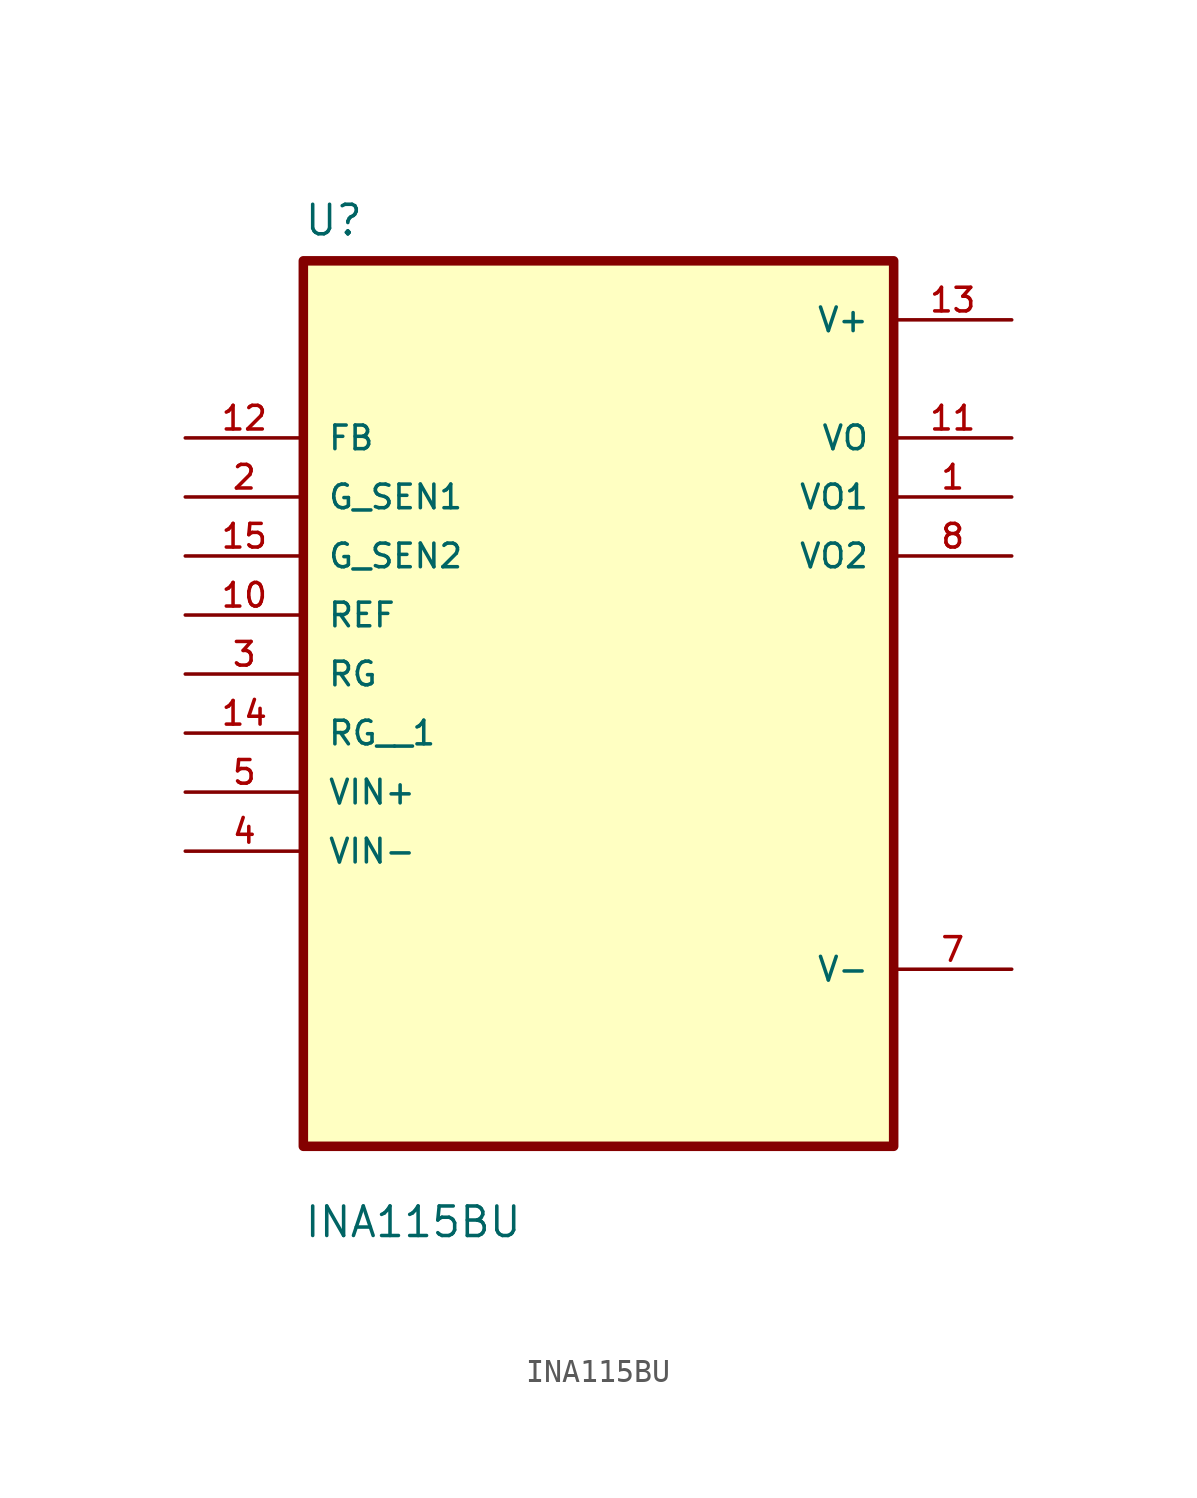
<source format=kicad_sym>
(kicad_symbol_lib
  (version 20211014)
  (generator kicad_symbol_editor)
  (symbol "INA115BU"
    (pin_names
      (offset 1.016))
    (property "Reference" "U"
      (at -12.7 18.78 0.0)
      (effects (font (size 1.27 1.27)) (justify bottom left)))
    (property "Value" "INA115BU"
      (at -12.7 -24.32 0.0)
      (effects (font (size 1.27 1.27)) (justify bottom left)))
    (symbol "INA115BU_0_0"
      (rectangle (start -12.7 -20.32) (end 12.7 17.78) (stroke (width 0.41)) (fill (type background)))
      (pin input line (at -17.78 10.16 0) (length 5.08) (name "FB" (effects (font (size 1.016 1.016)))) (number "12" (effects (font (size 1.016 1.016)))))
      (pin input line (at -17.78 7.62 0) (length 5.08) (name "G_SEN1" (effects (font (size 1.016 1.016)))) (number "2" (effects (font (size 1.016 1.016)))))
      (pin input line (at -17.78 5.08 0) (length 5.08) (name "G_SEN2" (effects (font (size 1.016 1.016)))) (number "15" (effects (font (size 1.016 1.016)))))
      (pin input line (at -17.78 2.54 0) (length 5.08) (name "REF" (effects (font (size 1.016 1.016)))) (number "10" (effects (font (size 1.016 1.016)))))
      (pin input line (at -17.78 0.0 0) (length 5.08) (name "RG" (effects (font (size 1.016 1.016)))) (number "3" (effects (font (size 1.016 1.016)))))
      (pin input line (at -17.78 -5.08 0) (length 5.08) (name "VIN+" (effects (font (size 1.016 1.016)))) (number "5" (effects (font (size 1.016 1.016)))))
      (pin input line (at -17.78 -7.62 0) (length 5.08) (name "VIN-" (effects (font (size 1.016 1.016)))) (number "4" (effects (font (size 1.016 1.016)))))
      (pin power_in line (at 17.78 15.24 180.0) (length 5.08) (name "V+" (effects (font (size 1.016 1.016)))) (number "13" (effects (font (size 1.016 1.016)))))
      (pin output line (at 17.78 10.16 180.0) (length 5.08) (name "VO" (effects (font (size 1.016 1.016)))) (number "11" (effects (font (size 1.016 1.016)))))
      (pin output line (at 17.78 7.62 180.0) (length 5.08) (name "VO1" (effects (font (size 1.016 1.016)))) (number "1" (effects (font (size 1.016 1.016)))))
      (pin output line (at 17.78 5.08 180.0) (length 5.08) (name "VO2" (effects (font (size 1.016 1.016)))) (number "8" (effects (font (size 1.016 1.016)))))
      (pin power_in line (at 17.78 -12.7 180.0) (length 5.08) (name "V-" (effects (font (size 1.016 1.016)))) (number "7" (effects (font (size 1.016 1.016)))))
      (pin input line (at -17.78 -2.54 0) (length 5.08) (name "RG__1" (effects (font (size 1.016 1.016)))) (number "14" (effects (font (size 1.016 1.016))))))))
</source>
